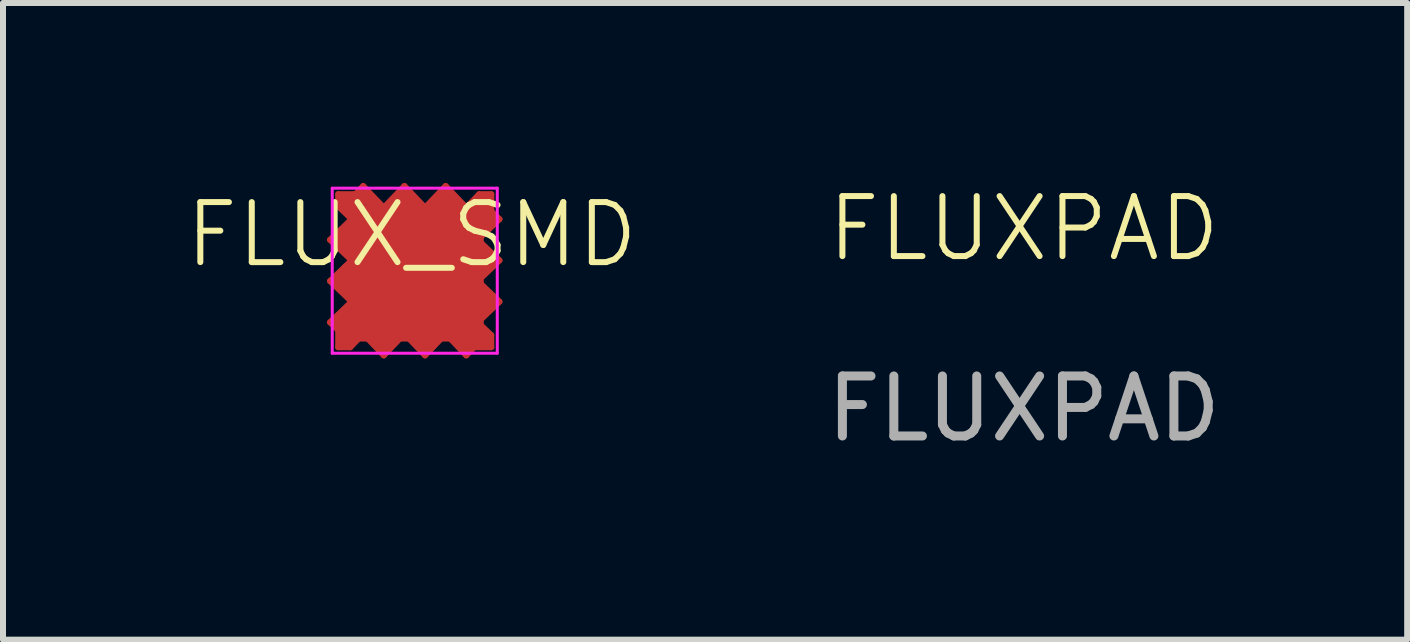
<source format=kicad_pcb>
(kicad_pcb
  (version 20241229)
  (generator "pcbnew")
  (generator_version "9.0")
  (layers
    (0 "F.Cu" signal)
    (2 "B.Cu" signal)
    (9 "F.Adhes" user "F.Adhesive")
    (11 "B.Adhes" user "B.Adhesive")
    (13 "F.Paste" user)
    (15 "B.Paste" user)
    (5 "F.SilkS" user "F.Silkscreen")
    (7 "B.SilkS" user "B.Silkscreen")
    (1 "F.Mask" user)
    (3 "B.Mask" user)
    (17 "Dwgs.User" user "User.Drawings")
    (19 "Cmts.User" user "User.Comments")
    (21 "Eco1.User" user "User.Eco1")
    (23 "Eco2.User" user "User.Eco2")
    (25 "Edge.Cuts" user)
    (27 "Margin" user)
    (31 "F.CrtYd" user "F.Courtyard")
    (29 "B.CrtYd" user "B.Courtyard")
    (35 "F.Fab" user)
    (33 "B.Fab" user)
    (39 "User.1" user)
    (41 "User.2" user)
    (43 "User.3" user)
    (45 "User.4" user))
  (footprint "FLUXPAD"
    (layer "F.Cu")
    (at 14.011 1.26)
    (property "Reference" "FLUXPAD" (at 0 -0.5 0) (unlocked yes) (layer "F.SilkS") (effects (font (size 1 1) (thickness 0.1))))
    (attr smd)
    (fp_text user "${REFERENCE}" (at 0 2.5 0) (unlocked yes) (layer "F.Fab") (effects (font (size 1 1) (thickness 0.15)))))
  (footprint "FLUX_SMD"
    (layer "F.Cu")
    (at 3.942 1.45)
    (property "Reference" "FLUX_SMD" (at -0.13 -0.59 0) (unlocked yes) (layer "F.SilkS") (effects (font (size 1 1) (thickness 0.1))))
    (attr through_hole)
    (fp_line (start -1.492 -0.504) (end -1.132 -0.848) (stroke (width 0.1) (type solid)) (layer "F.Cu"))
    (fp_line (start -1.492 0.183) (end -1.132 -0.161) (stroke (width 0.1) (type solid)) (layer "F.Cu"))
    (fp_line (start -1.492 0.87) (end -1.356 1) (stroke (width 0.1) (type solid)) (layer "F.Cu"))
    (fp_line (start -1.492 0.871) (end -1.132 0.527) (stroke (width 0.1) (type solid)) (layer "F.Cu"))
    (fp_line (start -1.381 -0.509) (end -1.251 -0.629) (stroke (width 0.15) (type solid)) (layer "F.Cu"))
    (fp_line (start -1.371 0.181) (end -1.241 0.061) (stroke (width 0.15) (type solid)) (layer "F.Cu"))
    (fp_line (start -1.356 -1.264) (end -1.356 -1.063) (stroke (width 0.1) (type solid)) (layer "F.Cu"))
    (fp_line (start -1.356 -1.063) (end -1.132 -0.848) (stroke (width 0.1) (type solid)) (layer "F.Cu"))
    (fp_line (start -1.356 1) (end -1.356 1.286) (stroke (width 0.1) (type solid)) (layer "F.Cu"))
    (fp_line (start -1.356 1.286) (end -1.155 1.286) (stroke (width 0.1) (type solid)) (layer "F.Cu"))
    (fp_line (start -1.261 1.181) (end -1.251 0.731) (stroke (width 0.15) (type solid)) (layer "F.Cu"))
    (fp_line (start -1.251 -1.169) (end -0.801 -1.159) (stroke (width 0.15) (type solid)) (layer "F.Cu"))
    (fp_line (start -1.251 -1.059) (end -1.251 -1.169) (stroke (width 0.15) (type solid)) (layer "F.Cu"))
    (fp_line (start -1.251 -0.629) (end -1.251 -0.379) (stroke (width 0.15) (type solid)) (layer "F.Cu"))
    (fp_line (start -1.251 -0.379) (end -1.381 -0.509) (stroke (width 0.15) (type solid)) (layer "F.Cu"))
    (fp_line (start -1.251 0.731) (end -1.351 0.891) (stroke (width 0.15) (type solid)) (layer "F.Cu"))
    (fp_line (start -1.241 0.061) (end -1.241 0.311) (stroke (width 0.15) (type solid)) (layer "F.Cu"))
    (fp_line (start -1.241 0.311) (end -1.371 0.181) (stroke (width 0.15) (type solid)) (layer "F.Cu"))
    (fp_line (start -1.231 -0.414) (end -1.156 -0.289) (stroke (width 0.2) (type default)) (layer "F.Cu"))
    (fp_line (start -1.231 0.236) (end -1.156 0.386) (stroke (width 0.2) (type default)) (layer "F.Cu"))
    (fp_line (start -1.209 -0.014) (end -1.231 0.236) (stroke (width 0.2) (type default)) (layer "F.Cu"))
    (fp_line (start -1.156 -1.114) (end -1.181 -1.039) (stroke (width 0.2) (type default)) (layer "F.Cu"))
    (fp_line (start -1.155 1.286) (end -0.94 1.062) (stroke (width 0.1) (type solid)) (layer "F.Cu"))
    (fp_line (start -1.151 1.181) (end -1.261 1.181) (stroke (width 0.15) (type solid)) (layer "F.Cu"))
    (fp_line (start -1.132 -0.161) (end -1.492 -0.504) (stroke (width 0.1) (type solid)) (layer "F.Cu"))
    (fp_line (start -1.132 0.527) (end -1.492 0.183) (stroke (width 0.1) (type solid)) (layer "F.Cu"))
    (fp_line (start -1.081 -0.739) (end -1.181 -0.664) (stroke (width 0.2) (type default)) (layer "F.Cu"))
    (fp_line (start -1.07 -1.264) (end -1.356 -1.264) (stroke (width 0.1) (type solid)) (layer "F.Cu"))
    (fp_line (start -1.006 0.05) (end -1.209 -0.014) (stroke (width 0.2) (type default)) (layer "F.Cu"))
    (fp_line (start -0.941 -1.4) (end -0.597 -1.04) (stroke (width 0.1) (type solid)) (layer "F.Cu"))
    (fp_line (start -0.94 -1.4) (end -1.07 -1.264) (stroke (width 0.1) (type solid)) (layer "F.Cu"))
    (fp_line (start -0.801 -1.159) (end -0.961 -1.259) (stroke (width 0.15) (type solid)) (layer "F.Cu"))
    (fp_line (start -0.721 1.181) (end -0.471 1.181) (stroke (width 0.15) (type solid)) (layer "F.Cu"))
    (fp_line (start -0.631 -0.964) (end -0.781 -1.114) (stroke (width 0.2) (type default)) (layer "F.Cu"))
    (fp_line (start -0.601 1.311) (end -0.721 1.181) (stroke (width 0.15) (type solid)) (layer "F.Cu"))
    (fp_line (start -0.597 -1.04) (end -0.253 -1.4) (stroke (width 0.1) (type solid)) (layer "F.Cu"))
    (fp_line (start -0.597 1.422) (end -0.941 1.062) (stroke (width 0.1) (type solid)) (layer "F.Cu"))
    (fp_line (start -0.471 1.181) (end -0.601 1.311) (stroke (width 0.15) (type solid)) (layer "F.Cu"))
    (fp_line (start -0.381 -1.149) (end -0.251 -1.279) (stroke (width 0.15) (type solid)) (layer "F.Cu"))
    (fp_line (start -0.253 -1.4) (end 0.091 -1.04) (stroke (width 0.1) (type solid)) (layer "F.Cu"))
    (fp_line (start -0.253 1.062) (end -0.597 1.422) (stroke (width 0.1) (type solid)) (layer "F.Cu"))
    (fp_line (start -0.251 -1.279) (end -0.131 -1.149) (stroke (width 0.15) (type solid)) (layer "F.Cu"))
    (fp_line (start -0.131 -1.149) (end -0.381 -1.149) (stroke (width 0.15) (type solid)) (layer "F.Cu"))
    (fp_line (start -0.07 -1.091) (end -0.431 -1.064) (stroke (width 0.2) (type default)) (layer "F.Cu"))
    (fp_line (start -0.031 1.171) (end 0.219 1.171) (stroke (width 0.15) (type solid)) (layer "F.Cu"))
    (fp_line (start 0.089 1.301) (end -0.031 1.171) (stroke (width 0.15) (type solid)) (layer "F.Cu"))
    (fp_line (start 0.091 -1.04) (end 0.434 -1.4) (stroke (width 0.1) (type solid)) (layer "F.Cu"))
    (fp_line (start 0.091 1.422) (end -0.253 1.062) (stroke (width 0.1) (type solid)) (layer "F.Cu"))
    (fp_line (start 0.094 -0.989) (end -0.07 -1.091) (stroke (width 0.2) (type default)) (layer "F.Cu"))
    (fp_line (start 0.169 -0.989) (end 0.244 -1.089) (stroke (width 0.2) (type default)) (layer "F.Cu"))
    (fp_line (start 0.219 1.171) (end 0.089 1.301) (stroke (width 0.15) (type solid)) (layer "F.Cu"))
    (fp_line (start 0.244 -1.089) (end 0.619 -1.089) (stroke (width 0.2) (type default)) (layer "F.Cu"))
    (fp_line (start 0.309 -1.159) (end 0.439 -1.289) (stroke (width 0.15) (type solid)) (layer "F.Cu"))
    (fp_line (start 0.434 -1.4) (end 0.778 -1.04) (stroke (width 0.1) (type solid)) (layer "F.Cu"))
    (fp_line (start 0.434 1.062) (end 0.091 1.422) (stroke (width 0.1) (type solid)) (layer "F.Cu"))
    (fp_line (start 0.439 -1.289) (end 0.559 -1.159) (stroke (width 0.15) (type solid)) (layer "F.Cu"))
    (fp_line (start 0.559 -1.159) (end 0.309 -1.159) (stroke (width 0.15) (type solid)) (layer "F.Cu"))
    (fp_line (start 0.619 -1.089) (end 0.719 -0.939) (stroke (width 0.2) (type default)) (layer "F.Cu"))
    (fp_line (start 0.639 1.181) (end 0.799 1.281) (stroke (width 0.15) (type solid)) (layer "F.Cu"))
    (fp_line (start 0.719 -0.939) (end 0.919 -1.089) (stroke (width 0.2) (type default)) (layer "F.Cu"))
    (fp_line (start 0.778 1.422) (end 0.908 1.286) (stroke (width 0.1) (type solid)) (layer "F.Cu"))
    (fp_line (start 0.778 1.422) (end 0.434 1.062) (stroke (width 0.1) (type solid)) (layer "F.Cu"))
    (fp_line (start 0.908 1.286) (end 1.194 1.286) (stroke (width 0.1) (type solid)) (layer "F.Cu"))
    (fp_line (start 0.97 -0.504) (end 1.33 -0.161) (stroke (width 0.1) (type solid)) (layer "F.Cu"))
    (fp_line (start 0.97 0.183) (end 1.33 0.527) (stroke (width 0.1) (type solid)) (layer "F.Cu"))
    (fp_line (start 0.989 -1.159) (end 1.099 -1.159) (stroke (width 0.15) (type solid)) (layer "F.Cu"))
    (fp_line (start 0.993 -1.264) (end 0.778 -1.04) (stroke (width 0.1) (type solid)) (layer "F.Cu"))
    (fp_line (start 1.079 -0.289) (end 1.209 -0.159) (stroke (width 0.15) (type solid)) (layer "F.Cu"))
    (fp_line (start 1.079 -0.039) (end 1.079 -0.289) (stroke (width 0.15) (type solid)) (layer "F.Cu"))
    (fp_line (start 1.089 -0.709) (end 1.189 -0.869) (stroke (width 0.15) (type solid)) (layer "F.Cu"))
    (fp_line (start 1.089 0.401) (end 1.219 0.531) (stroke (width 0.15) (type solid)) (layer "F.Cu"))
    (fp_line (start 1.089 0.651) (end 1.089 0.401) (stroke (width 0.15) (type solid)) (layer "F.Cu"))
    (fp_line (start 1.089 1.081) (end 1.089 1.191) (stroke (width 0.15) (type solid)) (layer "F.Cu"))
    (fp_line (start 1.089 1.191) (end 0.639 1.181) (stroke (width 0.15) (type solid)) (layer "F.Cu"))
    (fp_line (start 1.099 -1.159) (end 1.089 -0.709) (stroke (width 0.15) (type solid)) (layer "F.Cu"))
    (fp_line (start 1.194 -1.264) (end 0.993 -1.264) (stroke (width 0.1) (type solid)) (layer "F.Cu"))
    (fp_line (start 1.194 -0.978) (end 1.194 -1.264) (stroke (width 0.1) (type solid)) (layer "F.Cu"))
    (fp_line (start 1.194 1.085) (end 0.97 0.87) (stroke (width 0.1) (type solid)) (layer "F.Cu"))
    (fp_line (start 1.194 1.286) (end 1.194 1.085) (stroke (width 0.1) (type solid)) (layer "F.Cu"))
    (fp_line (start 1.209 -0.159) (end 1.079 -0.039) (stroke (width 0.15) (type solid)) (layer "F.Cu"))
    (fp_line (start 1.219 0.531) (end 1.089 0.651) (stroke (width 0.15) (type solid)) (layer "F.Cu"))
    (fp_line (start 1.33 -0.848) (end 0.97 -0.504) (stroke (width 0.1) (type solid)) (layer "F.Cu"))
    (fp_line (start 1.33 -0.848) (end 1.194 -0.978) (stroke (width 0.1) (type solid)) (layer "F.Cu"))
    (fp_line (start 1.33 -0.161) (end 0.97 0.183) (stroke (width 0.1) (type solid)) (layer "F.Cu"))
    (fp_line (start 1.33 0.527) (end 0.97 0.871) (stroke (width 0.1) (type solid)) (layer "F.Cu"))
    (fp_line (start -1.456 -1.364) (end -1.456 1.386) (stroke (width 0.05) (type solid)) (layer "F.CrtYd"))
    (fp_line (start -1.456 -1.364) (end 1.294 -1.364) (stroke (width 0.05) (type solid)) (layer "F.CrtYd"))
    (fp_line (start -1.456 1.386) (end 1.294 1.386) (stroke (width 0.05) (type solid)) (layer "F.CrtYd"))
    (fp_line (start 1.294 -1.364) (end 1.294 1.386) (stroke (width 0.05) (type solid)) (layer "F.CrtYd"))
    (pad "1" smd rect (at -0.07 0.05) (size 2.277 2.282) (layers "F.Cu" "F.Mask")))
  (gr_rect
    (start -3 -3)
    (end 20.398 7.609)
    (stroke (width 0.1) (type default))
    (fill no)
    (layer "Edge.Cuts")))
</source>
